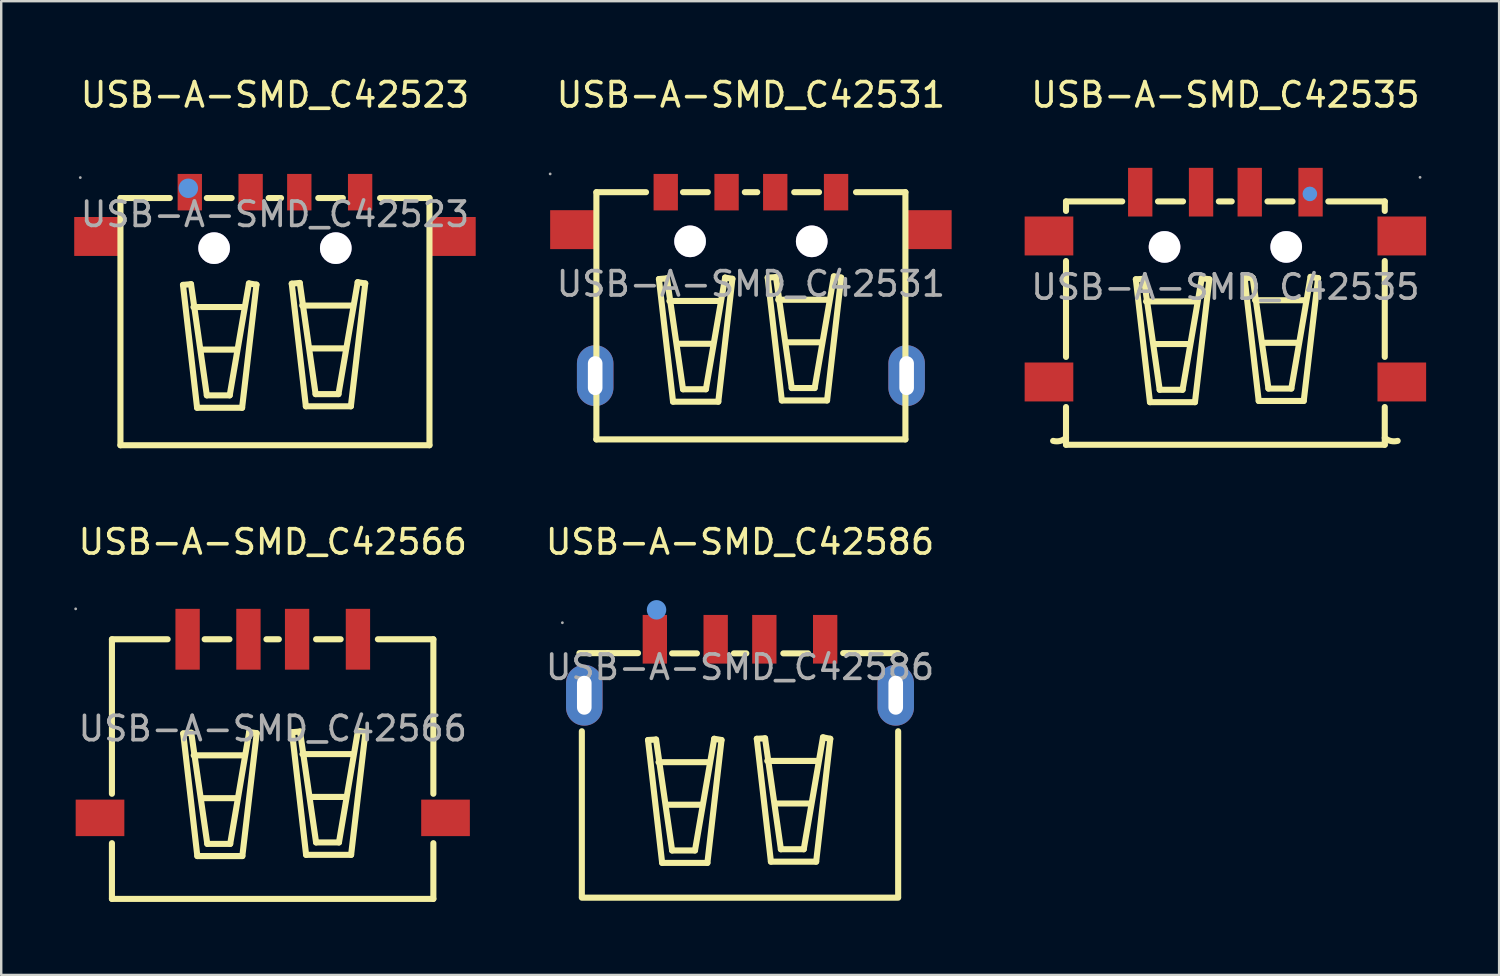
<source format=kicad_pcb>
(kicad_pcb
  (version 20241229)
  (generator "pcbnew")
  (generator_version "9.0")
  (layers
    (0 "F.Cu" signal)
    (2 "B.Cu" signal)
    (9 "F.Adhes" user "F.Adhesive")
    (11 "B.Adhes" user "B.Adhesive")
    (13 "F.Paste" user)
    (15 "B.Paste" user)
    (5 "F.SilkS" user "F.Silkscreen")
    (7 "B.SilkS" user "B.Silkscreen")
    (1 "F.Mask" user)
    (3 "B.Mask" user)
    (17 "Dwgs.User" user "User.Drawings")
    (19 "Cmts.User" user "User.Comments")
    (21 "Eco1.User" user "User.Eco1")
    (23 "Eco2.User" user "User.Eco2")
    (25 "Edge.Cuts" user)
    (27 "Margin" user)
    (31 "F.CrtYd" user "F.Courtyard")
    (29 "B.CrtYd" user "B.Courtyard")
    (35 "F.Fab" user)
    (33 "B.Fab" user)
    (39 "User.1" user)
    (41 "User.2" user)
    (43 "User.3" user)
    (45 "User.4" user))
  (footprint "USB-A-SMD_C42586"
    (layer "F.Cu")
    (at 27.362 24.372)
    (property "Reference" "USB-A-SMD_C42586" (at 0 -5.15 0) (layer "F.SilkS") (effects (font (size 1 1) (thickness 0.15))))
    (attr through_hole)
    (fp_line (start -6.5 2.63) (end -6.5 9.43) (stroke (width 0.25) (type solid)) (layer "F.SilkS"))
    (fp_line (start -5.44 -0.58) (end -6.6 -0.58) (stroke (width 0.25) (type solid)) (layer "F.SilkS"))
    (fp_line (start -4.19 -0.58) (end -5.44 -0.58) (stroke (width 0.25) (type solid)) (layer "F.SilkS"))
    (fp_line (start -3.78 2.99) (end -3.2 8.04) (stroke (width 0.25) (type solid)) (layer "F.SilkS"))
    (fp_line (start -3.45 2.97) (end -3.78 2.99) (stroke (width 0.25) (type solid)) (layer "F.SilkS"))
    (fp_line (start -3.35 3.9) (end -1.27 3.9) (stroke (width 0.25) (type solid)) (layer "F.SilkS"))
    (fp_line (start -3.2 8.04) (end -1.34 8.04) (stroke (width 0.25) (type solid)) (layer "F.SilkS"))
    (fp_line (start -3.02 5.65) (end -1.57 5.65) (stroke (width 0.25) (type solid)) (layer "F.SilkS"))
    (fp_line (start -2.79 -0.57) (end -1.77 -0.57) (stroke (width 0.25) (type solid)) (layer "F.SilkS"))
    (fp_line (start -2.79 7.53) (end -3.45 2.97) (stroke (width 0.25) (type solid)) (layer "F.SilkS"))
    (fp_line (start -1.85 7.53) (end -2.79 7.53) (stroke (width 0.25) (type solid)) (layer "F.SilkS"))
    (fp_line (start -1.34 8.04) (end -0.76 2.99) (stroke (width 0.25) (type solid)) (layer "F.SilkS"))
    (fp_line (start -1.06 2.94) (end -1.85 7.53) (stroke (width 0.25) (type solid)) (layer "F.SilkS"))
    (fp_line (start -0.76 2.99) (end -1.06 2.94) (stroke (width 0.25) (type solid)) (layer "F.SilkS"))
    (fp_line (start -0.25 -0.57) (end 0.26 -0.57) (stroke (width 0.25) (type solid)) (layer "F.SilkS"))
    (fp_line (start 0.69 2.94) (end 1.03 2.92) (stroke (width 0.25) (type solid)) (layer "F.SilkS"))
    (fp_line (start 1.03 2.92) (end 1.68 7.48) (stroke (width 0.25) (type solid)) (layer "F.SilkS"))
    (fp_line (start 1.12 3.85) (end 3.2 3.85) (stroke (width 0.25) (type solid)) (layer "F.SilkS"))
    (fp_line (start 1.27 7.99) (end 0.69 2.94) (stroke (width 0.25) (type solid)) (layer "F.SilkS"))
    (fp_line (start 1.45 5.6) (end 2.9 5.6) (stroke (width 0.25) (type solid)) (layer "F.SilkS"))
    (fp_line (start 1.68 7.48) (end 2.62 7.48) (stroke (width 0.25) (type solid)) (layer "F.SilkS"))
    (fp_line (start 2.62 7.48) (end 3.41 2.88) (stroke (width 0.25) (type solid)) (layer "F.SilkS"))
    (fp_line (start 2.8 -0.57) (end 1.78 -0.57) (stroke (width 0.25) (type solid)) (layer "F.SilkS"))
    (fp_line (start 3.13 7.99) (end 1.27 7.99) (stroke (width 0.25) (type solid)) (layer "F.SilkS"))
    (fp_line (start 3.41 2.88) (end 3.71 2.94) (stroke (width 0.25) (type solid)) (layer "F.SilkS"))
    (fp_line (start 3.71 2.94) (end 3.13 7.99) (stroke (width 0.25) (type solid)) (layer "F.SilkS"))
    (fp_line (start 4.24 -0.58) (end 5.44 -0.58) (stroke (width 0.25) (type solid)) (layer "F.SilkS"))
    (fp_line (start 5.44 -0.58) (end 6.5 -0.58) (stroke (width 0.25) (type solid)) (layer "F.SilkS"))
    (fp_line (start 6.5 2.63) (end 6.5 9.43) (stroke (width 0.25) (type solid)) (layer "F.SilkS"))
    (fp_line (start 6.5 9.47) (end -6.5 9.47) (stroke (width 0.25) (type solid)) (layer "F.SilkS"))
    (fp_circle (center -3.43 -2.36) (end -3.23 -2.36) (stroke (width 0.4) (type solid)) (fill no) (layer "Cmts.User"))
    (fp_circle (center -7.3 -1.83) (end -7.27 -1.83) (stroke (width 0.06) (type solid)) (fill no) (layer "F.Fab"))
    (fp_text user "${REFERENCE}" (at 0 0 0) (layer "F.Fab") (effects (font (size 1 1) (thickness 0.15))))
    (pad "1" smd rect (at -3.5 -1.15) (size 1 2) (layers "F.Cu" "F.Mask" "F.Paste"))
    (pad "2" smd rect (at -1 -1.15) (size 1 2) (layers "F.Cu" "F.Mask" "F.Paste"))
    (pad "3" smd rect (at 1 -1.15) (size 1 2) (layers "F.Cu" "F.Mask" "F.Paste"))
    (pad "4" smd rect (at 3.5 -1.15) (size 1 2) (layers "F.Cu" "F.Mask" "F.Paste"))
    (pad "5" thru_hole oval (at 6.4 1.15) (size 1.5 2.5) (drill oval 0.6 1.6) (layers "*.Cu" "*.Paste" "*.Mask"))
    (pad "6" thru_hole oval (at -6.4 1.15) (size 1.5 2.5) (drill oval 0.6 1.6) (layers "*.Cu" "*.Paste" "*.Mask")))
  (footprint "USB-A-SMD_C42523"
    (layer "F.Cu")
    (at 8.25 5.758)
    (property "Reference" "USB-A-SMD_C42523" (at 0 -4.91 0) (layer "F.SilkS") (effects (font (size 1 1) (thickness 0.15))))
    (attr through_hole)
    (fp_line (start -6.35 -0.67) (end -6.35 9.49) (stroke (width 0.25) (type solid)) (layer "F.SilkS"))
    (fp_line (start -6.35 9.49) (end 6.35 9.49) (stroke (width 0.25) (type solid)) (layer "F.SilkS"))
    (fp_line (start -4.32 -0.67) (end -6.35 -0.67) (stroke (width 0.25) (type solid)) (layer "F.SilkS"))
    (fp_line (start -3.78 2.9) (end -3.2 7.95) (stroke (width 0.25) (type solid)) (layer "F.SilkS"))
    (fp_line (start -3.45 2.87) (end -3.78 2.9) (stroke (width 0.25) (type solid)) (layer "F.SilkS"))
    (fp_line (start -3.35 3.81) (end -1.27 3.81) (stroke (width 0.25) (type solid)) (layer "F.SilkS"))
    (fp_line (start -3.2 7.95) (end -1.35 7.95) (stroke (width 0.25) (type solid)) (layer "F.SilkS"))
    (fp_line (start -3.02 5.56) (end -1.58 5.56) (stroke (width 0.25) (type solid)) (layer "F.SilkS"))
    (fp_line (start -2.8 -0.67) (end -1.78 -0.67) (stroke (width 0.25) (type solid)) (layer "F.SilkS"))
    (fp_line (start -2.8 7.44) (end -3.45 2.87) (stroke (width 0.25) (type solid)) (layer "F.SilkS"))
    (fp_line (start -1.86 7.44) (end -2.8 7.44) (stroke (width 0.25) (type solid)) (layer "F.SilkS"))
    (fp_line (start -1.35 7.95) (end -0.76 2.89) (stroke (width 0.25) (type solid)) (layer "F.SilkS"))
    (fp_line (start -1.07 2.84) (end -1.86 7.44) (stroke (width 0.25) (type solid)) (layer "F.SilkS"))
    (fp_line (start -0.76 2.89) (end -1.07 2.84) (stroke (width 0.25) (type solid)) (layer "F.SilkS"))
    (fp_line (start -0.26 -0.67) (end 0.25 -0.67) (stroke (width 0.25) (type solid)) (layer "F.SilkS"))
    (fp_line (start 0.69 2.85) (end 1.02 2.82) (stroke (width 0.25) (type solid)) (layer "F.SilkS"))
    (fp_line (start 1.02 2.82) (end 1.67 7.39) (stroke (width 0.25) (type solid)) (layer "F.SilkS"))
    (fp_line (start 1.12 3.75) (end 3.2 3.75) (stroke (width 0.25) (type solid)) (layer "F.SilkS"))
    (fp_line (start 1.27 7.89) (end 0.69 2.85) (stroke (width 0.25) (type solid)) (layer "F.SilkS"))
    (fp_line (start 1.45 5.51) (end 2.89 5.51) (stroke (width 0.25) (type solid)) (layer "F.SilkS"))
    (fp_line (start 1.67 7.39) (end 2.61 7.39) (stroke (width 0.25) (type solid)) (layer "F.SilkS"))
    (fp_line (start 2.61 7.39) (end 3.4 2.79) (stroke (width 0.25) (type solid)) (layer "F.SilkS"))
    (fp_line (start 2.79 -0.67) (end 1.78 -0.67) (stroke (width 0.25) (type solid)) (layer "F.SilkS"))
    (fp_line (start 3.12 7.89) (end 1.27 7.89) (stroke (width 0.25) (type solid)) (layer "F.SilkS"))
    (fp_line (start 3.4 2.79) (end 3.71 2.84) (stroke (width 0.25) (type solid)) (layer "F.SilkS"))
    (fp_line (start 3.71 2.84) (end 3.12 7.89) (stroke (width 0.25) (type solid)) (layer "F.SilkS"))
    (fp_line (start 6.35 -0.67) (end 4.32 -0.67) (stroke (width 0.25) (type solid)) (layer "F.SilkS"))
    (fp_line (start 6.35 9.49) (end 6.35 -0.67) (stroke (width 0.25) (type solid)) (layer "F.SilkS"))
    (fp_circle (center -3.56 -1.07) (end -3.36 -1.07) (stroke (width 0.4) (type solid)) (fill no) (layer "Cmts.User"))
    (fp_circle (center -8 -1.51) (end -7.97 -1.51) (stroke (width 0.06) (type solid)) (fill no) (layer "F.Fab"))
    (fp_text user "${REFERENCE}" (at 0 0 0) (layer "F.Fab") (effects (font (size 1 1) (thickness 0.15))))
    (pad "" thru_hole circle (at -2.5 1.39) (size 1.3 1.3) (drill 1.3) (layers "*.Cu" "*.Mask"))
    (pad "" thru_hole circle (at 2.5 1.39) (size 1.3 1.3) (drill 1.3) (layers "*.Cu" "*.Mask"))
    (pad "1" smd rect (at -3.5 -0.91) (size 1 1.5) (layers "F.Cu" "F.Mask" "F.Paste"))
    (pad "2" smd rect (at -1 -0.91) (size 1 1.5) (layers "F.Cu" "F.Mask" "F.Paste"))
    (pad "3" smd rect (at 1 -0.91) (size 1 1.5) (layers "F.Cu" "F.Mask" "F.Paste"))
    (pad "4" smd rect (at 3.5 -0.91) (size 1 1.5) (layers "F.Cu" "F.Mask" "F.Paste"))
    (pad "5" smd rect (at 7.25 0.91) (size 2 1.6) (layers "F.Cu" "F.Mask" "F.Paste"))
    (pad "6" smd rect (at -7.25 0.91) (size 2 1.6) (layers "F.Cu" "F.Mask" "F.Paste")))
  (footprint "USB-A-SMD_C42566"
    (layer "F.Cu")
    (at 8.16 26.892)
    (property "Reference" "USB-A-SMD_C42566" (at 0 -7.67 0) (layer "F.SilkS") (effects (font (size 1 1) (thickness 0.15))))
    (attr through_hole)
    (fp_line (start -6.61 -3.67) (end -6.61 2.68) (stroke (width 0.25) (type solid)) (layer "F.SilkS"))
    (fp_line (start -6.61 4.71) (end -6.61 7) (stroke (width 0.25) (type solid)) (layer "F.SilkS"))
    (fp_line (start -6.61 7) (end 6.6 7) (stroke (width 0.25) (type solid)) (layer "F.SilkS"))
    (fp_line (start -4.32 -3.67) (end -6.61 -3.67) (stroke (width 0.25) (type solid)) (layer "F.SilkS"))
    (fp_line (start -3.68 0.2) (end -3.1 5.24) (stroke (width 0.25) (type solid)) (layer "F.SilkS"))
    (fp_line (start -3.35 0.17) (end -3.68 0.2) (stroke (width 0.25) (type solid)) (layer "F.SilkS"))
    (fp_line (start -3.25 1.1) (end -1.17 1.1) (stroke (width 0.25) (type solid)) (layer "F.SilkS"))
    (fp_line (start -3.1 5.24) (end -1.25 5.24) (stroke (width 0.25) (type solid)) (layer "F.SilkS"))
    (fp_line (start -2.92 2.86) (end -1.48 2.86) (stroke (width 0.25) (type solid)) (layer "F.SilkS"))
    (fp_line (start -2.8 -3.67) (end -1.78 -3.67) (stroke (width 0.25) (type solid)) (layer "F.SilkS"))
    (fp_line (start -2.69 4.74) (end -3.35 0.17) (stroke (width 0.25) (type solid)) (layer "F.SilkS"))
    (fp_line (start -1.75 4.74) (end -2.69 4.74) (stroke (width 0.25) (type solid)) (layer "F.SilkS"))
    (fp_line (start -1.25 5.24) (end -0.66 0.19) (stroke (width 0.25) (type solid)) (layer "F.SilkS"))
    (fp_line (start -0.97 0.14) (end -1.75 4.74) (stroke (width 0.25) (type solid)) (layer "F.SilkS"))
    (fp_line (start -0.66 0.19) (end -0.97 0.14) (stroke (width 0.25) (type solid)) (layer "F.SilkS"))
    (fp_line (start -0.26 -3.67) (end 0.25 -3.67) (stroke (width 0.25) (type solid)) (layer "F.SilkS"))
    (fp_line (start 0.79 0.15) (end 1.12 0.12) (stroke (width 0.25) (type solid)) (layer "F.SilkS"))
    (fp_line (start 1.12 0.12) (end 1.78 4.68) (stroke (width 0.25) (type solid)) (layer "F.SilkS"))
    (fp_line (start 1.22 1.05) (end 3.3 1.05) (stroke (width 0.25) (type solid)) (layer "F.SilkS"))
    (fp_line (start 1.37 5.19) (end 0.79 0.15) (stroke (width 0.25) (type solid)) (layer "F.SilkS"))
    (fp_line (start 1.55 2.81) (end 3 2.81) (stroke (width 0.25) (type solid)) (layer "F.SilkS"))
    (fp_line (start 1.78 4.68) (end 2.72 4.68) (stroke (width 0.25) (type solid)) (layer "F.SilkS"))
    (fp_line (start 2.72 4.68) (end 3.5 0.09) (stroke (width 0.25) (type solid)) (layer "F.SilkS"))
    (fp_line (start 2.79 -3.67) (end 1.78 -3.67) (stroke (width 0.25) (type solid)) (layer "F.SilkS"))
    (fp_line (start 3.22 5.19) (end 1.37 5.19) (stroke (width 0.25) (type solid)) (layer "F.SilkS"))
    (fp_line (start 3.5 0.09) (end 3.81 0.14) (stroke (width 0.25) (type solid)) (layer "F.SilkS"))
    (fp_line (start 3.81 0.14) (end 3.22 5.19) (stroke (width 0.25) (type solid)) (layer "F.SilkS"))
    (fp_line (start 4.32 -3.67) (end 6.6 -3.67) (stroke (width 0.25) (type solid)) (layer "F.SilkS"))
    (fp_line (start 6.6 -3.67) (end 6.6 2.68) (stroke (width 0.25) (type solid)) (layer "F.SilkS"))
    (fp_line (start 6.6 7) (end 6.6 4.71) (stroke (width 0.25) (type solid)) (layer "F.SilkS"))
    (fp_circle (center -8.1 -4.92) (end -8.07 -4.92) (stroke (width 0.06) (type solid)) (fill no) (layer "F.Fab"))
    (fp_text user "${REFERENCE}" (at 0 0 0) (layer "F.Fab") (effects (font (size 1 1) (thickness 0.15))))
    (pad "1" smd rect (at -3.5 -3.67) (size 1 2.5) (layers "F.Cu" "F.Mask" "F.Paste"))
    (pad "2" smd rect (at -1 -3.67) (size 1 2.5) (layers "F.Cu" "F.Mask" "F.Paste"))
    (pad "3" smd rect (at 1 -3.67) (size 1 2.5) (layers "F.Cu" "F.Mask" "F.Paste"))
    (pad "4" smd rect (at 3.5 -3.67) (size 1 2.5) (layers "F.Cu" "F.Mask" "F.Paste"))
    (pad "5" smd rect (at 7.1 3.67) (size 2 1.5) (layers "F.Cu" "F.Mask" "F.Paste"))
    (pad "6" smd rect (at -7.1 3.67) (size 2 1.5) (layers "F.Cu" "F.Mask" "F.Paste")))
  (footprint "USB-A-SMD_C42535"
    (layer "F.Cu")
    (at 47.31 8.748)
    (property "Reference" "USB-A-SMD_C42535" (at 0 -7.9 0) (layer "F.SilkS") (effects (font (size 1 1) (thickness 0.15))))
    (attr through_hole)
    (fp_line (start -6.55 -3.52) (end -4.24 -3.52) (stroke (width 0.25) (type solid)) (layer "F.SilkS"))
    (fp_line (start -6.55 -3.13) (end -6.55 -3.52) (stroke (width 0.25) (type solid)) (layer "F.SilkS"))
    (fp_line (start -6.55 2.87) (end -6.55 -1.07) (stroke (width 0.25) (type solid)) (layer "F.SilkS"))
    (fp_line (start -6.55 6.48) (end -6.55 4.93) (stroke (width 0.25) (type solid)) (layer "F.SilkS"))
    (fp_line (start -3.68 -0.32) (end -3.1 4.73) (stroke (width 0.25) (type solid)) (layer "F.SilkS"))
    (fp_line (start -3.35 -0.34) (end -3.68 -0.32) (stroke (width 0.25) (type solid)) (layer "F.SilkS"))
    (fp_line (start -3.26 0.59) (end -1.17 0.59) (stroke (width 0.25) (type solid)) (layer "F.SilkS"))
    (fp_line (start -3.1 4.73) (end -1.25 4.73) (stroke (width 0.25) (type solid)) (layer "F.SilkS"))
    (fp_line (start -2.93 2.34) (end -1.48 2.34) (stroke (width 0.25) (type solid)) (layer "F.SilkS"))
    (fp_line (start -2.77 -3.52) (end -1.74 -3.52) (stroke (width 0.25) (type solid)) (layer "F.SilkS"))
    (fp_line (start -2.7 4.22) (end -3.35 -0.34) (stroke (width 0.25) (type solid)) (layer "F.SilkS"))
    (fp_line (start -1.76 4.22) (end -2.7 4.22) (stroke (width 0.25) (type solid)) (layer "F.SilkS"))
    (fp_line (start -1.25 4.73) (end -0.66 -0.32) (stroke (width 0.25) (type solid)) (layer "F.SilkS"))
    (fp_line (start -0.97 -0.37) (end -1.76 4.22) (stroke (width 0.25) (type solid)) (layer "F.SilkS"))
    (fp_line (start -0.66 -0.32) (end -0.97 -0.37) (stroke (width 0.25) (type solid)) (layer "F.SilkS"))
    (fp_line (start -0.27 -3.52) (end 0.26 -3.52) (stroke (width 0.25) (type solid)) (layer "F.SilkS"))
    (fp_line (start 0.79 -0.37) (end 1.12 -0.39) (stroke (width 0.25) (type solid)) (layer "F.SilkS"))
    (fp_line (start 1.12 -0.39) (end 1.77 4.17) (stroke (width 0.25) (type solid)) (layer "F.SilkS"))
    (fp_line (start 1.22 0.54) (end 3.3 0.54) (stroke (width 0.25) (type solid)) (layer "F.SilkS"))
    (fp_line (start 1.37 4.68) (end 0.79 -0.37) (stroke (width 0.25) (type solid)) (layer "F.SilkS"))
    (fp_line (start 1.55 2.29) (end 2.99 2.29) (stroke (width 0.25) (type solid)) (layer "F.SilkS"))
    (fp_line (start 1.73 -3.52) (end 2.76 -3.52) (stroke (width 0.25) (type solid)) (layer "F.SilkS"))
    (fp_line (start 1.77 4.17) (end 2.71 4.17) (stroke (width 0.25) (type solid)) (layer "F.SilkS"))
    (fp_line (start 2.71 4.17) (end 3.5 -0.42) (stroke (width 0.25) (type solid)) (layer "F.SilkS"))
    (fp_line (start 3.22 4.68) (end 1.37 4.68) (stroke (width 0.25) (type solid)) (layer "F.SilkS"))
    (fp_line (start 3.5 -0.42) (end 3.81 -0.37) (stroke (width 0.25) (type solid)) (layer "F.SilkS"))
    (fp_line (start 3.81 -0.37) (end 3.22 4.68) (stroke (width 0.25) (type solid)) (layer "F.SilkS"))
    (fp_line (start 4.23 -3.52) (end 6.55 -3.52) (stroke (width 0.25) (type solid)) (layer "F.SilkS"))
    (fp_line (start 6.55 -3.52) (end 6.55 -3.13) (stroke (width 0.25) (type solid)) (layer "F.SilkS"))
    (fp_line (start 6.55 -1.07) (end 6.55 2.87) (stroke (width 0.25) (type solid)) (layer "F.SilkS"))
    (fp_line (start 6.55 4.93) (end 6.55 6.48) (stroke (width 0.25) (type solid)) (layer "F.SilkS"))
    (fp_line (start 6.55 6.48) (end -6.55 6.48) (stroke (width 0.25) (type solid)) (layer "F.SilkS"))
    (fp_arc (start -6.548626 6.196639) (mid -6.798897 6.324723) (end -7.08 6.32) (stroke (width 0.25) (type solid)) (layer "F.SilkS"))
    (fp_arc (start 7.08 6.32) (mid 6.800179 6.325019) (end 6.550612 6.198366) (stroke (width 0.25) (type solid)) (layer "F.SilkS"))
    (fp_circle (center 3.47 -3.83) (end 3.62 -3.83) (stroke (width 0.3) (type solid)) (fill no) (layer "Cmts.User"))
    (fp_circle (center 8 -4.51) (end 8.03 -4.51) (stroke (width 0.06) (type solid)) (fill no) (layer "F.Fab"))
    (fp_text user "${REFERENCE}" (at 0 0 0) (layer "F.Fab") (effects (font (size 1 1) (thickness 0.15))))
    (pad "" thru_hole circle (at -2.5 -1.65) (size 1.3 1.3) (drill 1.3) (layers "*.Cu" "*.Mask"))
    (pad "" thru_hole circle (at 2.5 -1.65) (size 1.3 1.3) (drill 1.3) (layers "*.Cu" "*.Mask"))
    (pad "1" smd rect (at 3.5 -3.9) (size 1 2) (layers "F.Cu" "F.Mask" "F.Paste"))
    (pad "2" smd rect (at 1 -3.9) (size 1 2) (layers "F.Cu" "F.Mask" "F.Paste"))
    (pad "3" smd rect (at -1 -3.9) (size 1 2) (layers "F.Cu" "F.Mask" "F.Paste"))
    (pad "4" smd rect (at -3.5 -3.9) (size 1 2) (layers "F.Cu" "F.Mask" "F.Paste"))
    (pad "5" smd rect (at 7.25 -2.1) (size 2 1.6) (layers "F.Cu" "F.Mask" "F.Paste"))
    (pad "6" smd rect (at 7.25 3.9) (size 2 1.6) (layers "F.Cu" "F.Mask" "F.Paste"))
    (pad "7" smd rect (at -7.25 -2.1) (size 2 1.6) (layers "F.Cu" "F.Mask" "F.Paste"))
    (pad "8" smd rect (at -7.25 3.9) (size 2 1.6) (layers "F.Cu" "F.Mask" "F.Paste")))
  (footprint "USB-A-SMD_C42531"
    (layer "F.Cu")
    (at 27.81 8.618)
    (property "Reference" "USB-A-SMD_C42531" (at 0 -7.77 0) (layer "F.SilkS") (effects (font (size 1 1) (thickness 0.15))))
    (attr through_hole)
    (fp_line (start -6.35 -3.77) (end -6.35 6.39) (stroke (width 0.25) (type solid)) (layer "F.SilkS"))
    (fp_line (start -6.35 6.39) (end 6.35 6.39) (stroke (width 0.25) (type solid)) (layer "F.SilkS"))
    (fp_line (start -4.31 -3.77) (end -6.35 -3.77) (stroke (width 0.25) (type solid)) (layer "F.SilkS"))
    (fp_line (start -3.78 -0.2) (end -3.2 4.84) (stroke (width 0.25) (type solid)) (layer "F.SilkS"))
    (fp_line (start -3.45 -0.23) (end -3.78 -0.2) (stroke (width 0.25) (type solid)) (layer "F.SilkS"))
    (fp_line (start -3.35 0.7) (end -1.27 0.7) (stroke (width 0.25) (type solid)) (layer "F.SilkS"))
    (fp_line (start -3.2 4.84) (end -1.34 4.84) (stroke (width 0.25) (type solid)) (layer "F.SilkS"))
    (fp_line (start -3.02 2.46) (end -1.57 2.46) (stroke (width 0.25) (type solid)) (layer "F.SilkS"))
    (fp_line (start -2.79 -3.77) (end -1.77 -3.77) (stroke (width 0.25) (type solid)) (layer "F.SilkS"))
    (fp_line (start -2.79 4.33) (end -3.45 -0.23) (stroke (width 0.25) (type solid)) (layer "F.SilkS"))
    (fp_line (start -1.85 4.33) (end -2.79 4.33) (stroke (width 0.25) (type solid)) (layer "F.SilkS"))
    (fp_line (start -1.34 4.84) (end -0.76 -0.21) (stroke (width 0.25) (type solid)) (layer "F.SilkS"))
    (fp_line (start -1.06 -0.26) (end -1.85 4.33) (stroke (width 0.25) (type solid)) (layer "F.SilkS"))
    (fp_line (start -0.76 -0.21) (end -1.06 -0.26) (stroke (width 0.25) (type solid)) (layer "F.SilkS"))
    (fp_line (start -0.25 -3.77) (end 0.26 -3.77) (stroke (width 0.25) (type solid)) (layer "F.SilkS"))
    (fp_line (start 0.69 -0.26) (end 1.03 -0.28) (stroke (width 0.25) (type solid)) (layer "F.SilkS"))
    (fp_line (start 1.03 -0.28) (end 1.68 4.28) (stroke (width 0.25) (type solid)) (layer "F.SilkS"))
    (fp_line (start 1.12 0.65) (end 3.2 0.65) (stroke (width 0.25) (type solid)) (layer "F.SilkS"))
    (fp_line (start 1.27 4.79) (end 0.69 -0.26) (stroke (width 0.25) (type solid)) (layer "F.SilkS"))
    (fp_line (start 1.45 2.4) (end 2.9 2.4) (stroke (width 0.25) (type solid)) (layer "F.SilkS"))
    (fp_line (start 1.68 4.28) (end 2.62 4.28) (stroke (width 0.25) (type solid)) (layer "F.SilkS"))
    (fp_line (start 2.62 4.28) (end 3.41 -0.31) (stroke (width 0.25) (type solid)) (layer "F.SilkS"))
    (fp_line (start 2.8 -3.77) (end 1.78 -3.77) (stroke (width 0.25) (type solid)) (layer "F.SilkS"))
    (fp_line (start 3.13 4.79) (end 1.27 4.79) (stroke (width 0.25) (type solid)) (layer "F.SilkS"))
    (fp_line (start 3.41 -0.31) (end 3.71 -0.26) (stroke (width 0.25) (type solid)) (layer "F.SilkS"))
    (fp_line (start 3.71 -0.26) (end 3.13 4.79) (stroke (width 0.25) (type solid)) (layer "F.SilkS"))
    (fp_line (start 6.35 -3.77) (end 4.32 -3.77) (stroke (width 0.25) (type solid)) (layer "F.SilkS"))
    (fp_line (start 6.35 6.39) (end 6.35 -3.77) (stroke (width 0.25) (type solid)) (layer "F.SilkS"))
    (fp_circle (center -8.25 -4.52) (end -8.22 -4.52) (stroke (width 0.06) (type solid)) (fill no) (layer "F.Fab"))
    (fp_circle (center -2.5 -1.75) (end -2.22 -1.75) (stroke (width 0.55) (type solid)) (fill no) (layer "F.Fab"))
    (fp_circle (center 2.5 -1.75) (end 2.78 -1.75) (stroke (width 0.55) (type solid)) (fill no) (layer "F.Fab"))
    (fp_text user "${REFERENCE}" (at 0 0 0) (layer "F.Fab") (effects (font (size 1 1) (thickness 0.15))))
    (pad "" thru_hole circle (at -2.5 -1.75) (size 1.3 1.3) (drill 1.3) (layers "*.Cu" "*.Mask"))
    (pad "" thru_hole circle (at 2.5 -1.75) (size 1.3 1.3) (drill 1.3) (layers "*.Cu" "*.Mask"))
    (pad "1" smd rect (at -3.5 -3.77) (size 1 1.5) (layers "F.Cu" "F.Mask" "F.Paste"))
    (pad "2" smd rect (at -1 -3.77) (size 1 1.5) (layers "F.Cu" "F.Mask" "F.Paste"))
    (pad "3" smd rect (at 1 -3.77) (size 1 1.5) (layers "F.Cu" "F.Mask" "F.Paste"))
    (pad "4" smd rect (at 3.5 -3.77) (size 1 1.5) (layers "F.Cu" "F.Mask" "F.Paste"))
    (pad "5" thru_hole oval (at 6.4 3.77) (size 1.5 2.5) (drill oval 0.6 1.601) (layers "*.Cu" "*.Paste" "*.Mask"))
    (pad "6" thru_hole oval (at -6.4 3.77) (size 1.5 2.5) (drill oval 0.6 1.601) (layers "*.Cu" "*.Paste" "*.Mask"))
    (pad "7" smd rect (at -7.25 -2.23) (size 2 1.6) (layers "F.Cu" "F.Mask" "F.Paste"))
    (pad "8" smd rect (at 7.25 -2.23) (size 2 1.6) (layers "F.Cu" "F.Mask" "F.Paste")))
  (gr_rect
    (start -3 -3)
    (end 58.56 37.017)
    (stroke (width 0.1) (type default))
    (fill no)
    (layer "Edge.Cuts")))
</source>
